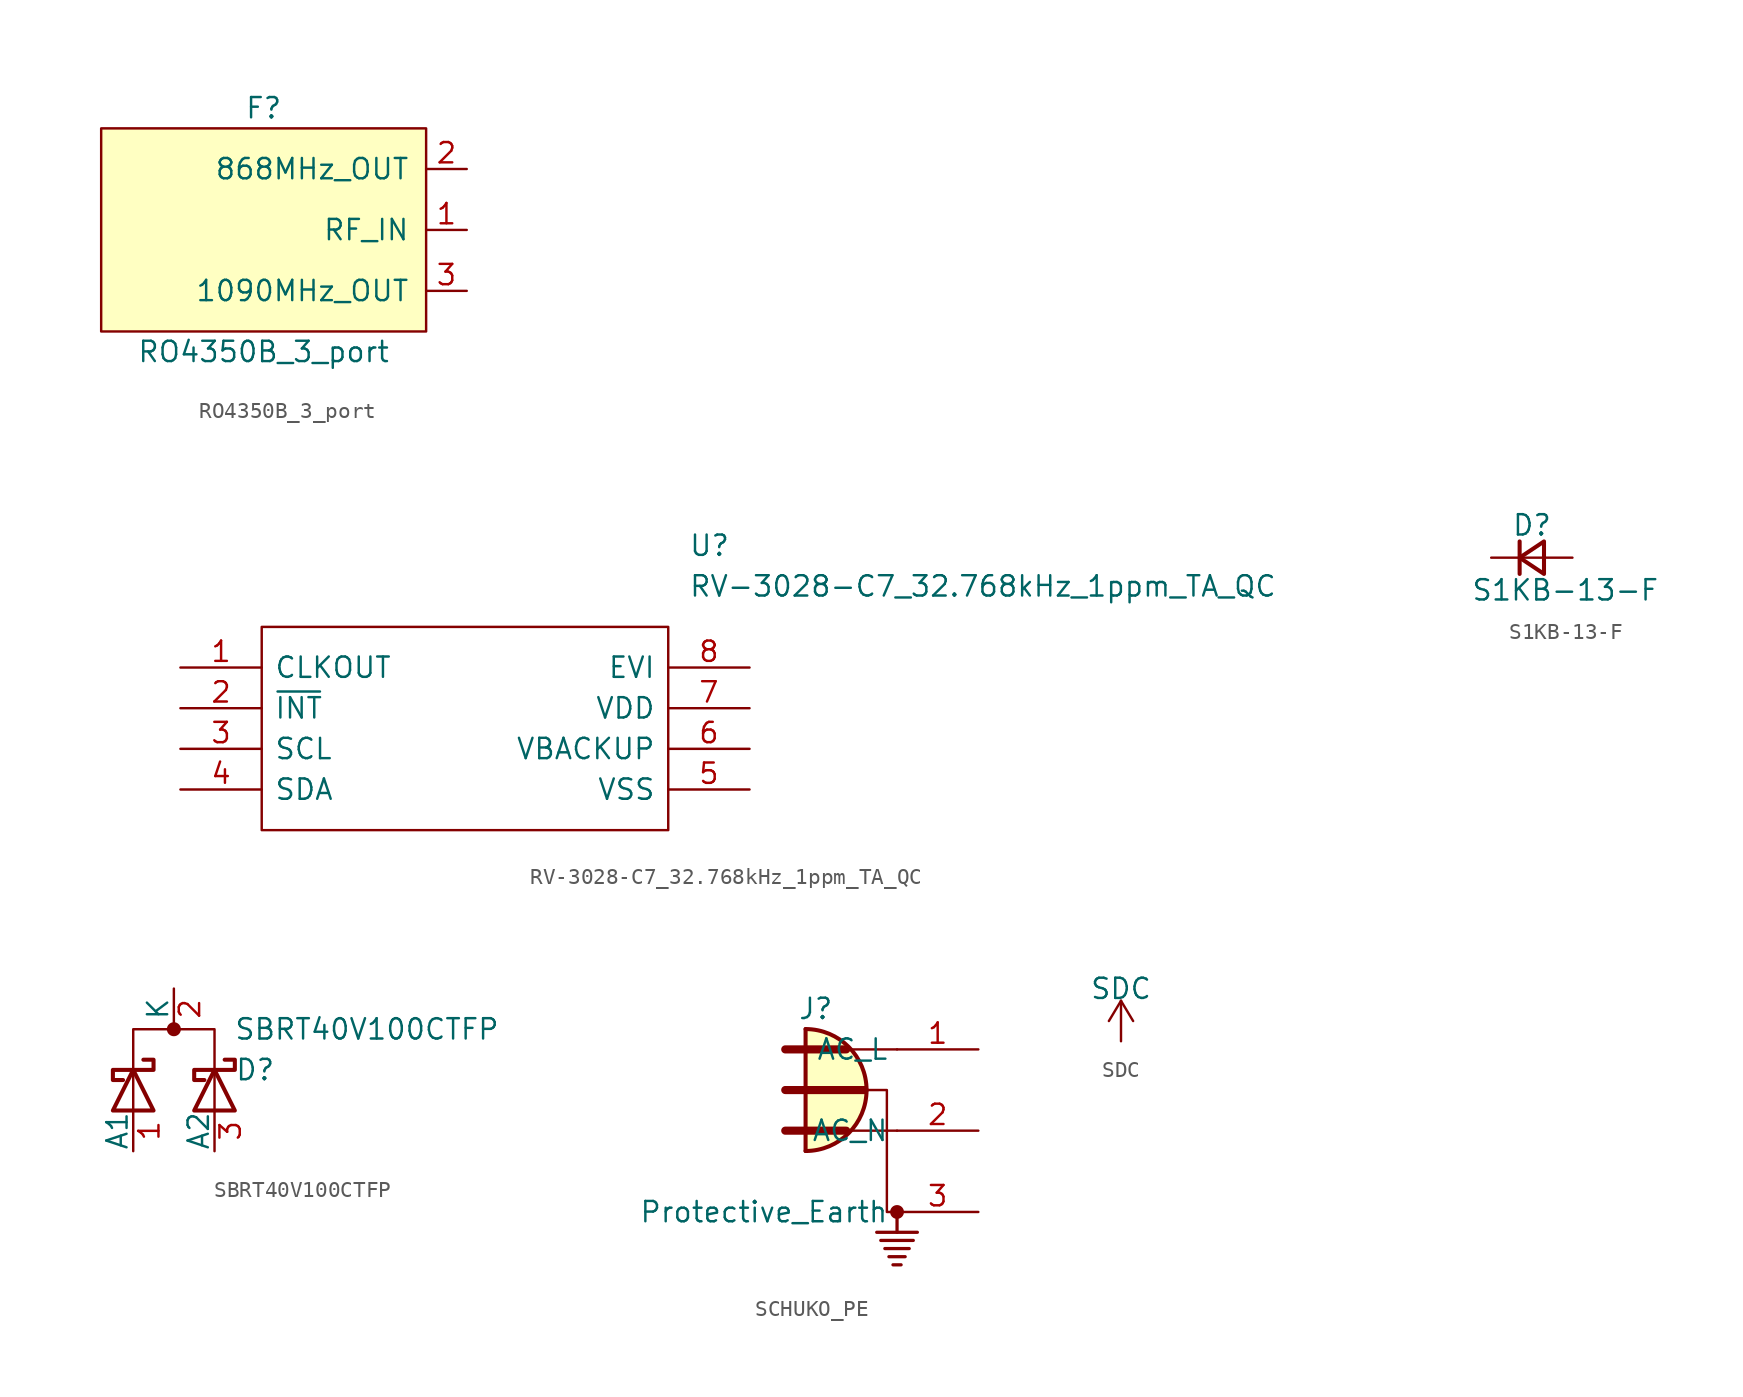
<source format=kicad_sym>
(kicad_symbol_lib
  (version 20231120)
  (generator "kicad_symbol_editor")
  (generator_version "8.0")
  (symbol "RO4350B_3_port"
    (pin_names
      (offset 1.016))
    (property "Reference" "F"
      (at 0 5.08 0)
      (effects (font (size 1.27 1.27))))
    (property "Value" "RO4350B_3_port"
      (at 0 -10.16 0)
      (effects (font (size 1.27 1.27))))
    (symbol "RO4350B_3_port_0_1"
      (rectangle (start 10.16 3.81) (end -10.16 -8.89) (stroke (width 0) (type default)) (fill (type background))))
    (symbol "RO4350B_3_port_1_1"
      (pin input line (at 12.7 -2.54 180) (length 2.54) (name "RF_IN" (effects (font (size 1.27 1.27)))) (number "1" (effects (font (size 1.27 1.27)))))
      (pin input line (at 12.7 1.27 180) (length 2.54) (name "868MHz_OUT" (effects (font (size 1.27 1.27)))) (number "2" (effects (font (size 1.27 1.27)))))
      (pin input line (at 12.7 -6.35 180) (length 2.54) (name "1090MHz_OUT" (effects (font (size 1.27 1.27)))) (number "3" (effects (font (size 1.27 1.27)))))))
  (symbol "RV-3028-C7_32.768kHz_1ppm_TA_QC"
    (pin_names
      (offset 0.762))
    (property "Reference" "U"
      (at 31.75 7.62 0)
      (effects (font (size 1.27 1.27)) (justify left)))
    (property "Value" "RV-3028-C7_32.768kHz_1ppm_TA_QC"
      (at 31.75 5.08 0)
      (effects (font (size 1.27 1.27)) (justify left)))
    (symbol "RV-3028-C7_32.768kHz_1ppm_TA_QC_0_0"
      (pin passive line (at 0 0 0) (length 5.08) (name "CLKOUT" (effects (font (size 1.27 1.27)))) (number "1" (effects (font (size 1.27 1.27)))))
      (pin passive line (at 0 -2.54 0) (length 5.08) (name "~{INT}" (effects (font (size 1.27 1.27)))) (number "2" (effects (font (size 1.27 1.27)))))
      (pin passive line (at 0 -5.08 0) (length 5.08) (name "SCL" (effects (font (size 1.27 1.27)))) (number "3" (effects (font (size 1.27 1.27)))))
      (pin passive line (at 0 -7.62 0) (length 5.08) (name "SDA" (effects (font (size 1.27 1.27)))) (number "4" (effects (font (size 1.27 1.27)))))
      (pin passive line (at 35.56 -7.62 180) (length 5.08) (name "VSS" (effects (font (size 1.27 1.27)))) (number "5" (effects (font (size 1.27 1.27)))))
      (pin passive line (at 35.56 -5.08 180) (length 5.08) (name "VBACKUP" (effects (font (size 1.27 1.27)))) (number "6" (effects (font (size 1.27 1.27)))))
      (pin passive line (at 35.56 -2.54 180) (length 5.08) (name "VDD" (effects (font (size 1.27 1.27)))) (number "7" (effects (font (size 1.27 1.27)))))
      (pin passive line (at 35.56 0 180) (length 5.08) (name "EVI" (effects (font (size 1.27 1.27)))) (number "8" (effects (font (size 1.27 1.27))))))
    (symbol "RV-3028-C7_32.768kHz_1ppm_TA_QC_0_1"
      (polyline (pts (xy 5.08 2.54) (xy 30.48 2.54) (xy 30.48 -10.16) (xy 5.08 -10.16) (xy 5.08 2.54)) (stroke (width 0.152) (type default)) (fill (type none)))))
  (symbol "S1KB-13-F"
    (pin_numbers hide)
    (pin_names
      (offset 0.254) hide)
    (property "Reference" "D"
      (at -1.27 2.032 0)
      (effects (font (size 1.27 1.27)) (justify left)))
    (property "Value" "S1KB-13-F"
      (at -3.81 -2.032 0)
      (effects (font (size 1.27 1.27)) (justify left)))
    (symbol "S1KB-13-F_0_1"
      (polyline (pts (xy -0.762 -1.016) (xy -0.762 1.016)) (stroke (width 0.254) (type default)) (fill (type none)))
      (polyline (pts (xy -0.762 0) (xy 0.762 0)) (stroke (width 0) (type default)) (fill (type none)))
      (polyline (pts (xy 0.762 -1.016) (xy -0.762 0) (xy 0.762 1.016) (xy 0.762 -1.016)) (stroke (width 0.254) (type default)) (fill (type none))))
    (symbol "S1KB-13-F_1_1"
      (pin passive line (at -2.54 0 0) (length 1.778) (name "K" (effects (font (size 1.27 1.27)))) (number "1" (effects (font (size 1.27 1.27)))))
      (pin passive line (at 2.54 0 180) (length 1.778) (name "A" (effects (font (size 1.27 1.27)))) (number "2" (effects (font (size 1.27 1.27)))))))
  (symbol "SBRT40V100CTFP"
    (pin_names
      (offset 0))
    (property "Reference" "D"
      (at 5.08 -2.54 0)
      (effects (font (size 1.27 1.27))))
    (property "Value" "SBRT40V100CTFP"
      (at 12.065 0 0)
      (effects (font (size 1.27 1.27))))
    (symbol "SBRT40V100CTFP_0_1"
      (polyline (pts (xy -2.54 -5.08) (xy -2.54 -2.54)) (stroke (width 0) (type default)) (fill (type none)))
      (polyline (pts (xy 2.54 -5.08) (xy 2.54 -2.54)) (stroke (width 0) (type default)) (fill (type none)))
      (polyline (pts (xy -1.27 -5.08) (xy -3.81 -5.08) (xy -2.54 -2.54) (xy -1.27 -5.08)) (stroke (width 0.254) (type default)) (fill (type none)))
      (polyline (pts (xy 2.54 -2.54) (xy 2.54 0) (xy -2.54 0) (xy -2.54 -2.54)) (stroke (width 0) (type default)) (fill (type none)))
      (polyline (pts (xy 3.81 -5.08) (xy 1.27 -5.08) (xy 2.54 -2.54) (xy 3.81 -5.08)) (stroke (width 0.254) (type default)) (fill (type none)))
      (polyline (pts (xy -1.905 -1.905) (xy -1.27 -1.905) (xy -1.27 -2.54) (xy -3.81 -2.54) (xy -3.81 -3.175) (xy -3.175 -3.175)) (stroke (width 0.254) (type default)) (fill (type none)))
      (polyline (pts (xy 3.175 -1.905) (xy 3.81 -1.905) (xy 3.81 -2.54) (xy 1.27 -2.54) (xy 1.27 -3.175) (xy 1.905 -3.175)) (stroke (width 0.254) (type default)) (fill (type none)))
      (circle (center 0 0) (radius 0.362) (stroke (width 0) (type default)) (fill (type outline))))
    (symbol "SBRT40V100CTFP_1_1"
      (pin passive line (at -2.54 -7.62 90) (length 2.54) (name "A1" (effects (font (size 1.27 1.27)))) (number "1" (effects (font (size 1.27 1.27)))))
      (pin passive line (at 0 2.54 270) (length 2.54) (name "K" (effects (font (size 1.27 1.27)))) (number "2" (effects (font (size 1.27 1.27)))))
      (pin passive line (at 2.54 -7.62 90) (length 2.54) (name "A2" (effects (font (size 1.27 1.27)))) (number "3" (effects (font (size 1.27 1.27)))))))
  (symbol "SCHUKO_PE"
    (property "Reference" "J"
      (at 2.54 5.08 0)
      (effects (font (size 1.27 1.27))))
    (property "Value" ""
      (at 0 0 0)
      (effects (font (size 1.27 1.27))))
    (symbol "SCHUKO_PE_0_1"
      (polyline (pts (xy 0.635 -2.54) (xy 4.445 -2.54)) (stroke (width 0.508) (type default)) (fill (type none)))
      (polyline (pts (xy 0.635 0) (xy 5.588 0)) (stroke (width 0.508) (type default)) (fill (type none)))
      (polyline (pts (xy 0.635 2.54) (xy 4.445 2.54)) (stroke (width 0.508) (type default)) (fill (type none)))
      (polyline (pts (xy 1.905 -3.81) (xy 1.905 3.81)) (stroke (width 0.254) (type default)) (fill (type none)))
      (polyline (pts (xy 4.445 -2.54) (xy 7.62 -2.54)) (stroke (width 0) (type default)) (fill (type none)))
      (polyline (pts (xy 4.445 2.54) (xy 7.62 2.54)) (stroke (width 0) (type default)) (fill (type none)))
      (polyline (pts (xy 6.604 -9.398) (xy 8.636 -9.398)) (stroke (width 0.203) (type default)) (fill (type none)))
      (polyline (pts (xy 6.858 -9.906) (xy 8.382 -9.906)) (stroke (width 0.203) (type default)) (fill (type none)))
      (polyline (pts (xy 7.112 -10.414) (xy 8.128 -10.414)) (stroke (width 0.203) (type default)) (fill (type none)))
      (polyline (pts (xy 7.366 -10.922) (xy 7.874 -10.922)) (stroke (width 0.203) (type default)) (fill (type none)))
      (polyline (pts (xy 7.62 -7.62) (xy 7.62 -8.89)) (stroke (width 0.203) (type default)) (fill (type none)))
      (polyline (pts (xy 8.89 -8.89) (xy 6.35 -8.89)) (stroke (width 0.203) (type default)) (fill (type none)))
      (polyline (pts (xy 7.62 -7.62) (xy 6.985 -7.62) (xy 6.985 0) (xy 0.635 0)) (stroke (width 0) (type default)) (fill (type none)))
      (arc (start 1.905 -3.81) (mid 5.6984 0) (end 1.905 3.81) (stroke (width 0.254) (type default)) (fill (type background)))
      (circle (center 7.62 -7.62) (radius 0.356) (stroke (width 0) (type default)) (fill (type outline))))
    (symbol "SCHUKO_PE_1_1"
      (pin power_out line (at 12.7 2.54 180) (length 5.08) (name "AC_L" (effects (font (size 1.27 1.27)))) (number "1" (effects (font (size 1.27 1.27)))))
      (pin power_out line (at 12.7 -2.54 180) (length 5.08) (name "AC_N" (effects (font (size 1.27 1.27)))) (number "2" (effects (font (size 1.27 1.27)))))
      (pin passive line (at 12.7 -7.62 180) (length 5.08) (name "Protective_Earth" (effects (font (size 1.27 1.27)))) (number "3" (effects (font (size 1.27 1.27)))))))
  (symbol "SDC"
    (power)
    (pin_names
      (offset 0))
    (property "Reference" "#PWR"
      (at 0 -3.81 0)
      (effects (font (size 1.27 1.27)) (hide yes)))
    (property "Value" "SDC"
      (at 0 3.302 0)
      (effects (font (size 1.27 1.27))))
    (symbol "SDC_0_1"
      (polyline (pts (xy -0.762 1.27) (xy 0 2.54)) (stroke (width 0) (type default)) (fill (type none)))
      (polyline (pts (xy 0 0) (xy 0 2.54)) (stroke (width 0) (type default)) (fill (type none)))
      (polyline (pts (xy 0 2.54) (xy 0.762 1.27)) (stroke (width 0) (type default)) (fill (type none))))
    (symbol "SDC_1_1"
      (pin power_in line (at 0 0 90) (length 0) hide (name "SDC" (effects (font (size 1.27 1.27)))) (number "1" (effects (font (size 1.27 1.27))))))))
</source>
